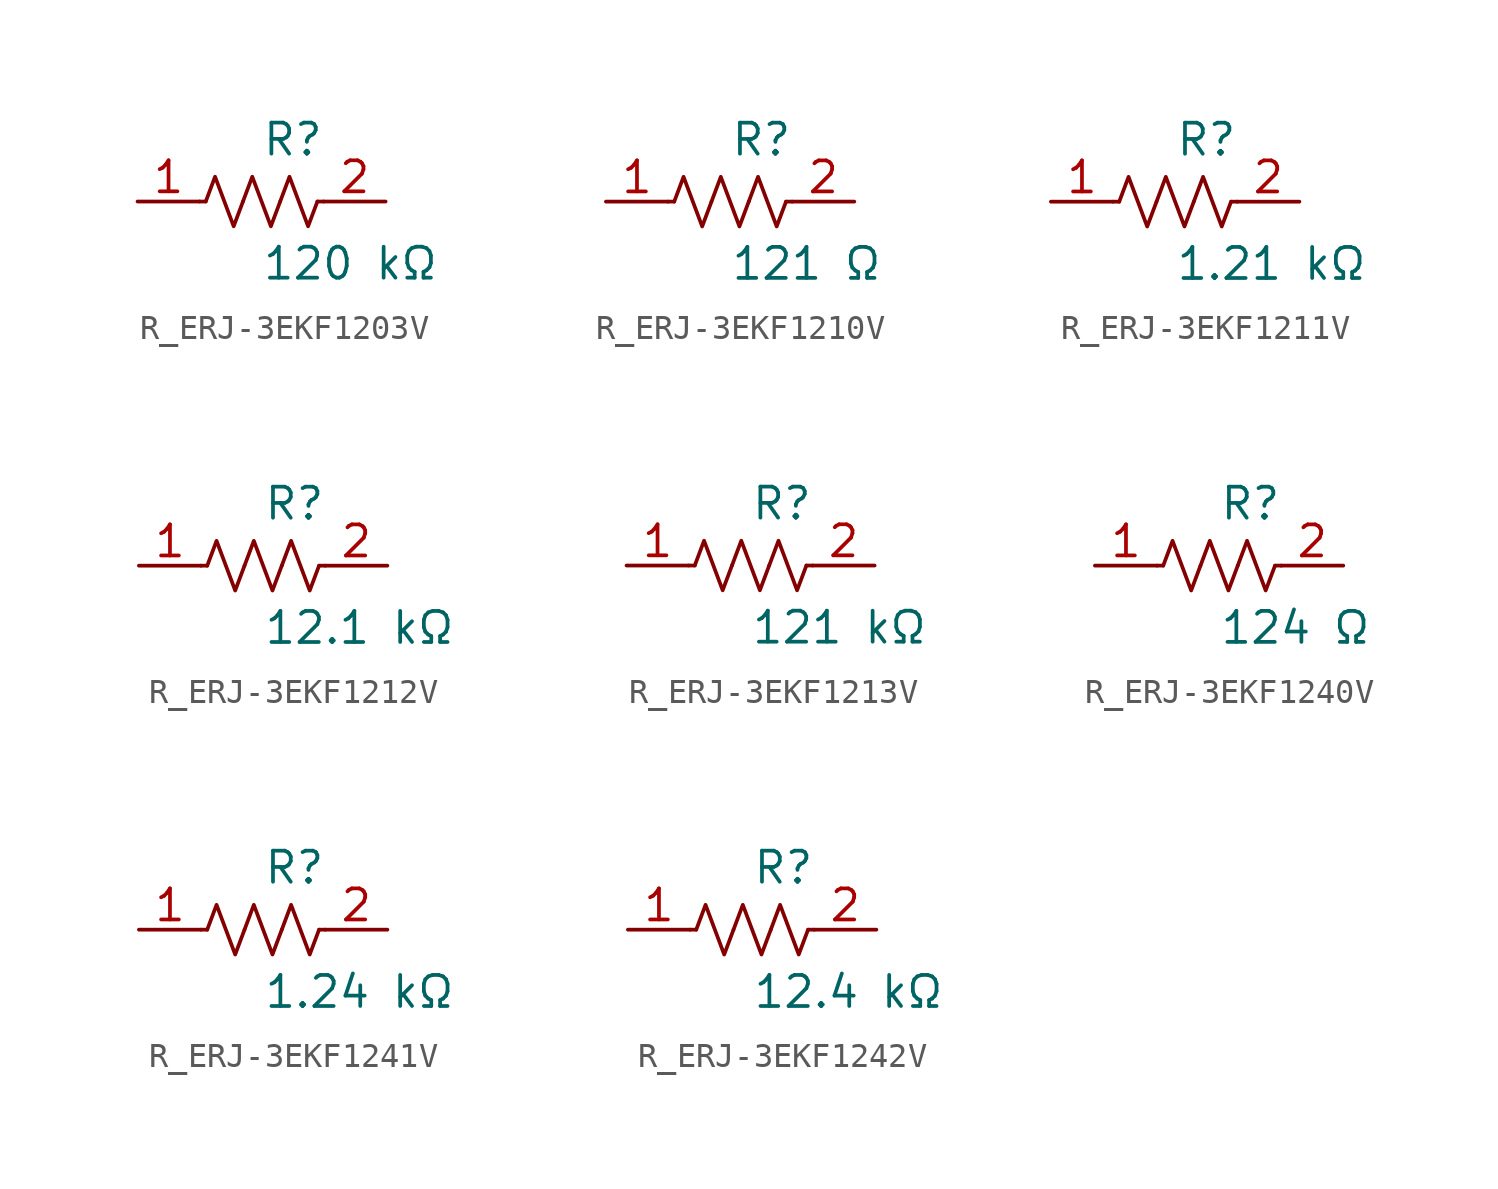
<source format=kicad_sym>
(kicad_symbol_lib
  (version 20231120)
  (generator kicad_symbol_editor)
  (generator_version 8.0)
  (symbol "R_ERJ-3EKF1203V"
    (pin_names
      (offset 0.254))
    (property "Reference" "R"
      (at 0.0 2.54 0)
      (effects (font (size 1.27 1.27)) (justify left)))
    (property "Value" "120 kΩ"
      (at 0.0 -2.54 0)
      (effects (font (size 1.27 1.27)) (justify left)))
    (symbol "R_ERJ-3EKF1203V_0_1"
      (polyline (pts (xy 2.286 0) (xy 2.54 0)) (stroke (width 0) (type default)) (fill (type none)))
      (polyline (pts (xy -2.286 0) (xy -2.54 0)) (stroke (width 0) (type default)) (fill (type none)))
      (polyline (pts (xy 0.762 0) (xy 1.143 1.016) (xy 1.524 0) (xy 1.905 -1.016) (xy 2.286 0)) (stroke (width 0) (type default)) (fill (type none)))
      (polyline (pts (xy -0.762 0) (xy -0.381 1.016) (xy 0 0) (xy 0.381 -1.016) (xy 0.762 0)) (stroke (width 0) (type default)) (fill (type none)))
      (polyline (pts (xy -2.286 0) (xy -1.905 1.016) (xy -1.524 0) (xy -1.143 -1.016) (xy -0.762 0)) (stroke (width 0) (type default)) (fill (type none))))
    (pin unspecified line
      (at -5.08 0 0)
      (length 2.54)
      (name "" (effects (font (size 1.27 1.27))))
      (number "1" (effects (font (size 1.27 1.27)))))
    (pin unspecified line
      (at 5.08 0 180)
      (length 2.54)
      (name "" (effects (font (size 1.27 1.27))))
      (number "2" (effects (font (size 1.27 1.27))))))
  (symbol "R_ERJ-3EKF1210V"
    (pin_names
      (offset 0.254))
    (property "Reference" "R"
      (at 0.0 2.54 0)
      (effects (font (size 1.27 1.27)) (justify left)))
    (property "Value" "121 Ω"
      (at 0.0 -2.54 0)
      (effects (font (size 1.27 1.27)) (justify left)))
    (symbol "R_ERJ-3EKF1210V_0_1"
      (polyline (pts (xy 2.286 0) (xy 2.54 0)) (stroke (width 0) (type default)) (fill (type none)))
      (polyline (pts (xy -2.286 0) (xy -2.54 0)) (stroke (width 0) (type default)) (fill (type none)))
      (polyline (pts (xy 0.762 0) (xy 1.143 1.016) (xy 1.524 0) (xy 1.905 -1.016) (xy 2.286 0)) (stroke (width 0) (type default)) (fill (type none)))
      (polyline (pts (xy -0.762 0) (xy -0.381 1.016) (xy 0 0) (xy 0.381 -1.016) (xy 0.762 0)) (stroke (width 0) (type default)) (fill (type none)))
      (polyline (pts (xy -2.286 0) (xy -1.905 1.016) (xy -1.524 0) (xy -1.143 -1.016) (xy -0.762 0)) (stroke (width 0) (type default)) (fill (type none))))
    (pin unspecified line
      (at -5.08 0 0)
      (length 2.54)
      (name "" (effects (font (size 1.27 1.27))))
      (number "1" (effects (font (size 1.27 1.27)))))
    (pin unspecified line
      (at 5.08 0 180)
      (length 2.54)
      (name "" (effects (font (size 1.27 1.27))))
      (number "2" (effects (font (size 1.27 1.27))))))
  (symbol "R_ERJ-3EKF1211V"
    (pin_names
      (offset 0.254))
    (property "Reference" "R"
      (at 0.0 2.54 0)
      (effects (font (size 1.27 1.27)) (justify left)))
    (property "Value" "1.21 kΩ"
      (at 0.0 -2.54 0)
      (effects (font (size 1.27 1.27)) (justify left)))
    (symbol "R_ERJ-3EKF1211V_0_1"
      (polyline (pts (xy 2.286 0) (xy 2.54 0)) (stroke (width 0) (type default)) (fill (type none)))
      (polyline (pts (xy -2.286 0) (xy -2.54 0)) (stroke (width 0) (type default)) (fill (type none)))
      (polyline (pts (xy 0.762 0) (xy 1.143 1.016) (xy 1.524 0) (xy 1.905 -1.016) (xy 2.286 0)) (stroke (width 0) (type default)) (fill (type none)))
      (polyline (pts (xy -0.762 0) (xy -0.381 1.016) (xy 0 0) (xy 0.381 -1.016) (xy 0.762 0)) (stroke (width 0) (type default)) (fill (type none)))
      (polyline (pts (xy -2.286 0) (xy -1.905 1.016) (xy -1.524 0) (xy -1.143 -1.016) (xy -0.762 0)) (stroke (width 0) (type default)) (fill (type none))))
    (pin unspecified line
      (at -5.08 0 0)
      (length 2.54)
      (name "" (effects (font (size 1.27 1.27))))
      (number "1" (effects (font (size 1.27 1.27)))))
    (pin unspecified line
      (at 5.08 0 180)
      (length 2.54)
      (name "" (effects (font (size 1.27 1.27))))
      (number "2" (effects (font (size 1.27 1.27))))))
  (symbol "R_ERJ-3EKF1212V"
    (pin_names
      (offset 0.254))
    (property "Reference" "R"
      (at 0.0 2.54 0)
      (effects (font (size 1.27 1.27)) (justify left)))
    (property "Value" "12.1 kΩ"
      (at 0.0 -2.54 0)
      (effects (font (size 1.27 1.27)) (justify left)))
    (symbol "R_ERJ-3EKF1212V_0_1"
      (polyline (pts (xy 2.286 0) (xy 2.54 0)) (stroke (width 0) (type default)) (fill (type none)))
      (polyline (pts (xy -2.286 0) (xy -2.54 0)) (stroke (width 0) (type default)) (fill (type none)))
      (polyline (pts (xy 0.762 0) (xy 1.143 1.016) (xy 1.524 0) (xy 1.905 -1.016) (xy 2.286 0)) (stroke (width 0) (type default)) (fill (type none)))
      (polyline (pts (xy -0.762 0) (xy -0.381 1.016) (xy 0 0) (xy 0.381 -1.016) (xy 0.762 0)) (stroke (width 0) (type default)) (fill (type none)))
      (polyline (pts (xy -2.286 0) (xy -1.905 1.016) (xy -1.524 0) (xy -1.143 -1.016) (xy -0.762 0)) (stroke (width 0) (type default)) (fill (type none))))
    (pin unspecified line
      (at -5.08 0 0)
      (length 2.54)
      (name "" (effects (font (size 1.27 1.27))))
      (number "1" (effects (font (size 1.27 1.27)))))
    (pin unspecified line
      (at 5.08 0 180)
      (length 2.54)
      (name "" (effects (font (size 1.27 1.27))))
      (number "2" (effects (font (size 1.27 1.27))))))
  (symbol "R_ERJ-3EKF1213V"
    (pin_names
      (offset 0.254))
    (property "Reference" "R"
      (at 0.0 2.54 0)
      (effects (font (size 1.27 1.27)) (justify left)))
    (property "Value" "121 kΩ"
      (at 0.0 -2.54 0)
      (effects (font (size 1.27 1.27)) (justify left)))
    (symbol "R_ERJ-3EKF1213V_0_1"
      (polyline (pts (xy 2.286 0) (xy 2.54 0)) (stroke (width 0) (type default)) (fill (type none)))
      (polyline (pts (xy -2.286 0) (xy -2.54 0)) (stroke (width 0) (type default)) (fill (type none)))
      (polyline (pts (xy 0.762 0) (xy 1.143 1.016) (xy 1.524 0) (xy 1.905 -1.016) (xy 2.286 0)) (stroke (width 0) (type default)) (fill (type none)))
      (polyline (pts (xy -0.762 0) (xy -0.381 1.016) (xy 0 0) (xy 0.381 -1.016) (xy 0.762 0)) (stroke (width 0) (type default)) (fill (type none)))
      (polyline (pts (xy -2.286 0) (xy -1.905 1.016) (xy -1.524 0) (xy -1.143 -1.016) (xy -0.762 0)) (stroke (width 0) (type default)) (fill (type none))))
    (pin unspecified line
      (at -5.08 0 0)
      (length 2.54)
      (name "" (effects (font (size 1.27 1.27))))
      (number "1" (effects (font (size 1.27 1.27)))))
    (pin unspecified line
      (at 5.08 0 180)
      (length 2.54)
      (name "" (effects (font (size 1.27 1.27))))
      (number "2" (effects (font (size 1.27 1.27))))))
  (symbol "R_ERJ-3EKF1240V"
    (pin_names
      (offset 0.254))
    (property "Reference" "R"
      (at 0.0 2.54 0)
      (effects (font (size 1.27 1.27)) (justify left)))
    (property "Value" "124 Ω"
      (at 0.0 -2.54 0)
      (effects (font (size 1.27 1.27)) (justify left)))
    (symbol "R_ERJ-3EKF1240V_0_1"
      (polyline (pts (xy 2.286 0) (xy 2.54 0)) (stroke (width 0) (type default)) (fill (type none)))
      (polyline (pts (xy -2.286 0) (xy -2.54 0)) (stroke (width 0) (type default)) (fill (type none)))
      (polyline (pts (xy 0.762 0) (xy 1.143 1.016) (xy 1.524 0) (xy 1.905 -1.016) (xy 2.286 0)) (stroke (width 0) (type default)) (fill (type none)))
      (polyline (pts (xy -0.762 0) (xy -0.381 1.016) (xy 0 0) (xy 0.381 -1.016) (xy 0.762 0)) (stroke (width 0) (type default)) (fill (type none)))
      (polyline (pts (xy -2.286 0) (xy -1.905 1.016) (xy -1.524 0) (xy -1.143 -1.016) (xy -0.762 0)) (stroke (width 0) (type default)) (fill (type none))))
    (pin unspecified line
      (at -5.08 0 0)
      (length 2.54)
      (name "" (effects (font (size 1.27 1.27))))
      (number "1" (effects (font (size 1.27 1.27)))))
    (pin unspecified line
      (at 5.08 0 180)
      (length 2.54)
      (name "" (effects (font (size 1.27 1.27))))
      (number "2" (effects (font (size 1.27 1.27))))))
  (symbol "R_ERJ-3EKF1241V"
    (pin_names
      (offset 0.254))
    (property "Reference" "R"
      (at 0.0 2.54 0)
      (effects (font (size 1.27 1.27)) (justify left)))
    (property "Value" "1.24 kΩ"
      (at 0.0 -2.54 0)
      (effects (font (size 1.27 1.27)) (justify left)))
    (symbol "R_ERJ-3EKF1241V_0_1"
      (polyline (pts (xy 2.286 0) (xy 2.54 0)) (stroke (width 0) (type default)) (fill (type none)))
      (polyline (pts (xy -2.286 0) (xy -2.54 0)) (stroke (width 0) (type default)) (fill (type none)))
      (polyline (pts (xy 0.762 0) (xy 1.143 1.016) (xy 1.524 0) (xy 1.905 -1.016) (xy 2.286 0)) (stroke (width 0) (type default)) (fill (type none)))
      (polyline (pts (xy -0.762 0) (xy -0.381 1.016) (xy 0 0) (xy 0.381 -1.016) (xy 0.762 0)) (stroke (width 0) (type default)) (fill (type none)))
      (polyline (pts (xy -2.286 0) (xy -1.905 1.016) (xy -1.524 0) (xy -1.143 -1.016) (xy -0.762 0)) (stroke (width 0) (type default)) (fill (type none))))
    (pin unspecified line
      (at -5.08 0 0)
      (length 2.54)
      (name "" (effects (font (size 1.27 1.27))))
      (number "1" (effects (font (size 1.27 1.27)))))
    (pin unspecified line
      (at 5.08 0 180)
      (length 2.54)
      (name "" (effects (font (size 1.27 1.27))))
      (number "2" (effects (font (size 1.27 1.27))))))
  (symbol "R_ERJ-3EKF1242V"
    (pin_names
      (offset 0.254))
    (property "Reference" "R"
      (at 0.0 2.54 0)
      (effects (font (size 1.27 1.27)) (justify left)))
    (property "Value" "12.4 kΩ"
      (at 0.0 -2.54 0)
      (effects (font (size 1.27 1.27)) (justify left)))
    (symbol "R_ERJ-3EKF1242V_0_1"
      (polyline (pts (xy 2.286 0) (xy 2.54 0)) (stroke (width 0) (type default)) (fill (type none)))
      (polyline (pts (xy -2.286 0) (xy -2.54 0)) (stroke (width 0) (type default)) (fill (type none)))
      (polyline (pts (xy 0.762 0) (xy 1.143 1.016) (xy 1.524 0) (xy 1.905 -1.016) (xy 2.286 0)) (stroke (width 0) (type default)) (fill (type none)))
      (polyline (pts (xy -0.762 0) (xy -0.381 1.016) (xy 0 0) (xy 0.381 -1.016) (xy 0.762 0)) (stroke (width 0) (type default)) (fill (type none)))
      (polyline (pts (xy -2.286 0) (xy -1.905 1.016) (xy -1.524 0) (xy -1.143 -1.016) (xy -0.762 0)) (stroke (width 0) (type default)) (fill (type none))))
    (pin unspecified line
      (at -5.08 0 0)
      (length 2.54)
      (name "" (effects (font (size 1.27 1.27))))
      (number "1" (effects (font (size 1.27 1.27)))))
    (pin unspecified line
      (at 5.08 0 180)
      (length 2.54)
      (name "" (effects (font (size 1.27 1.27))))
      (number "2" (effects (font (size 1.27 1.27)))))))
</source>
